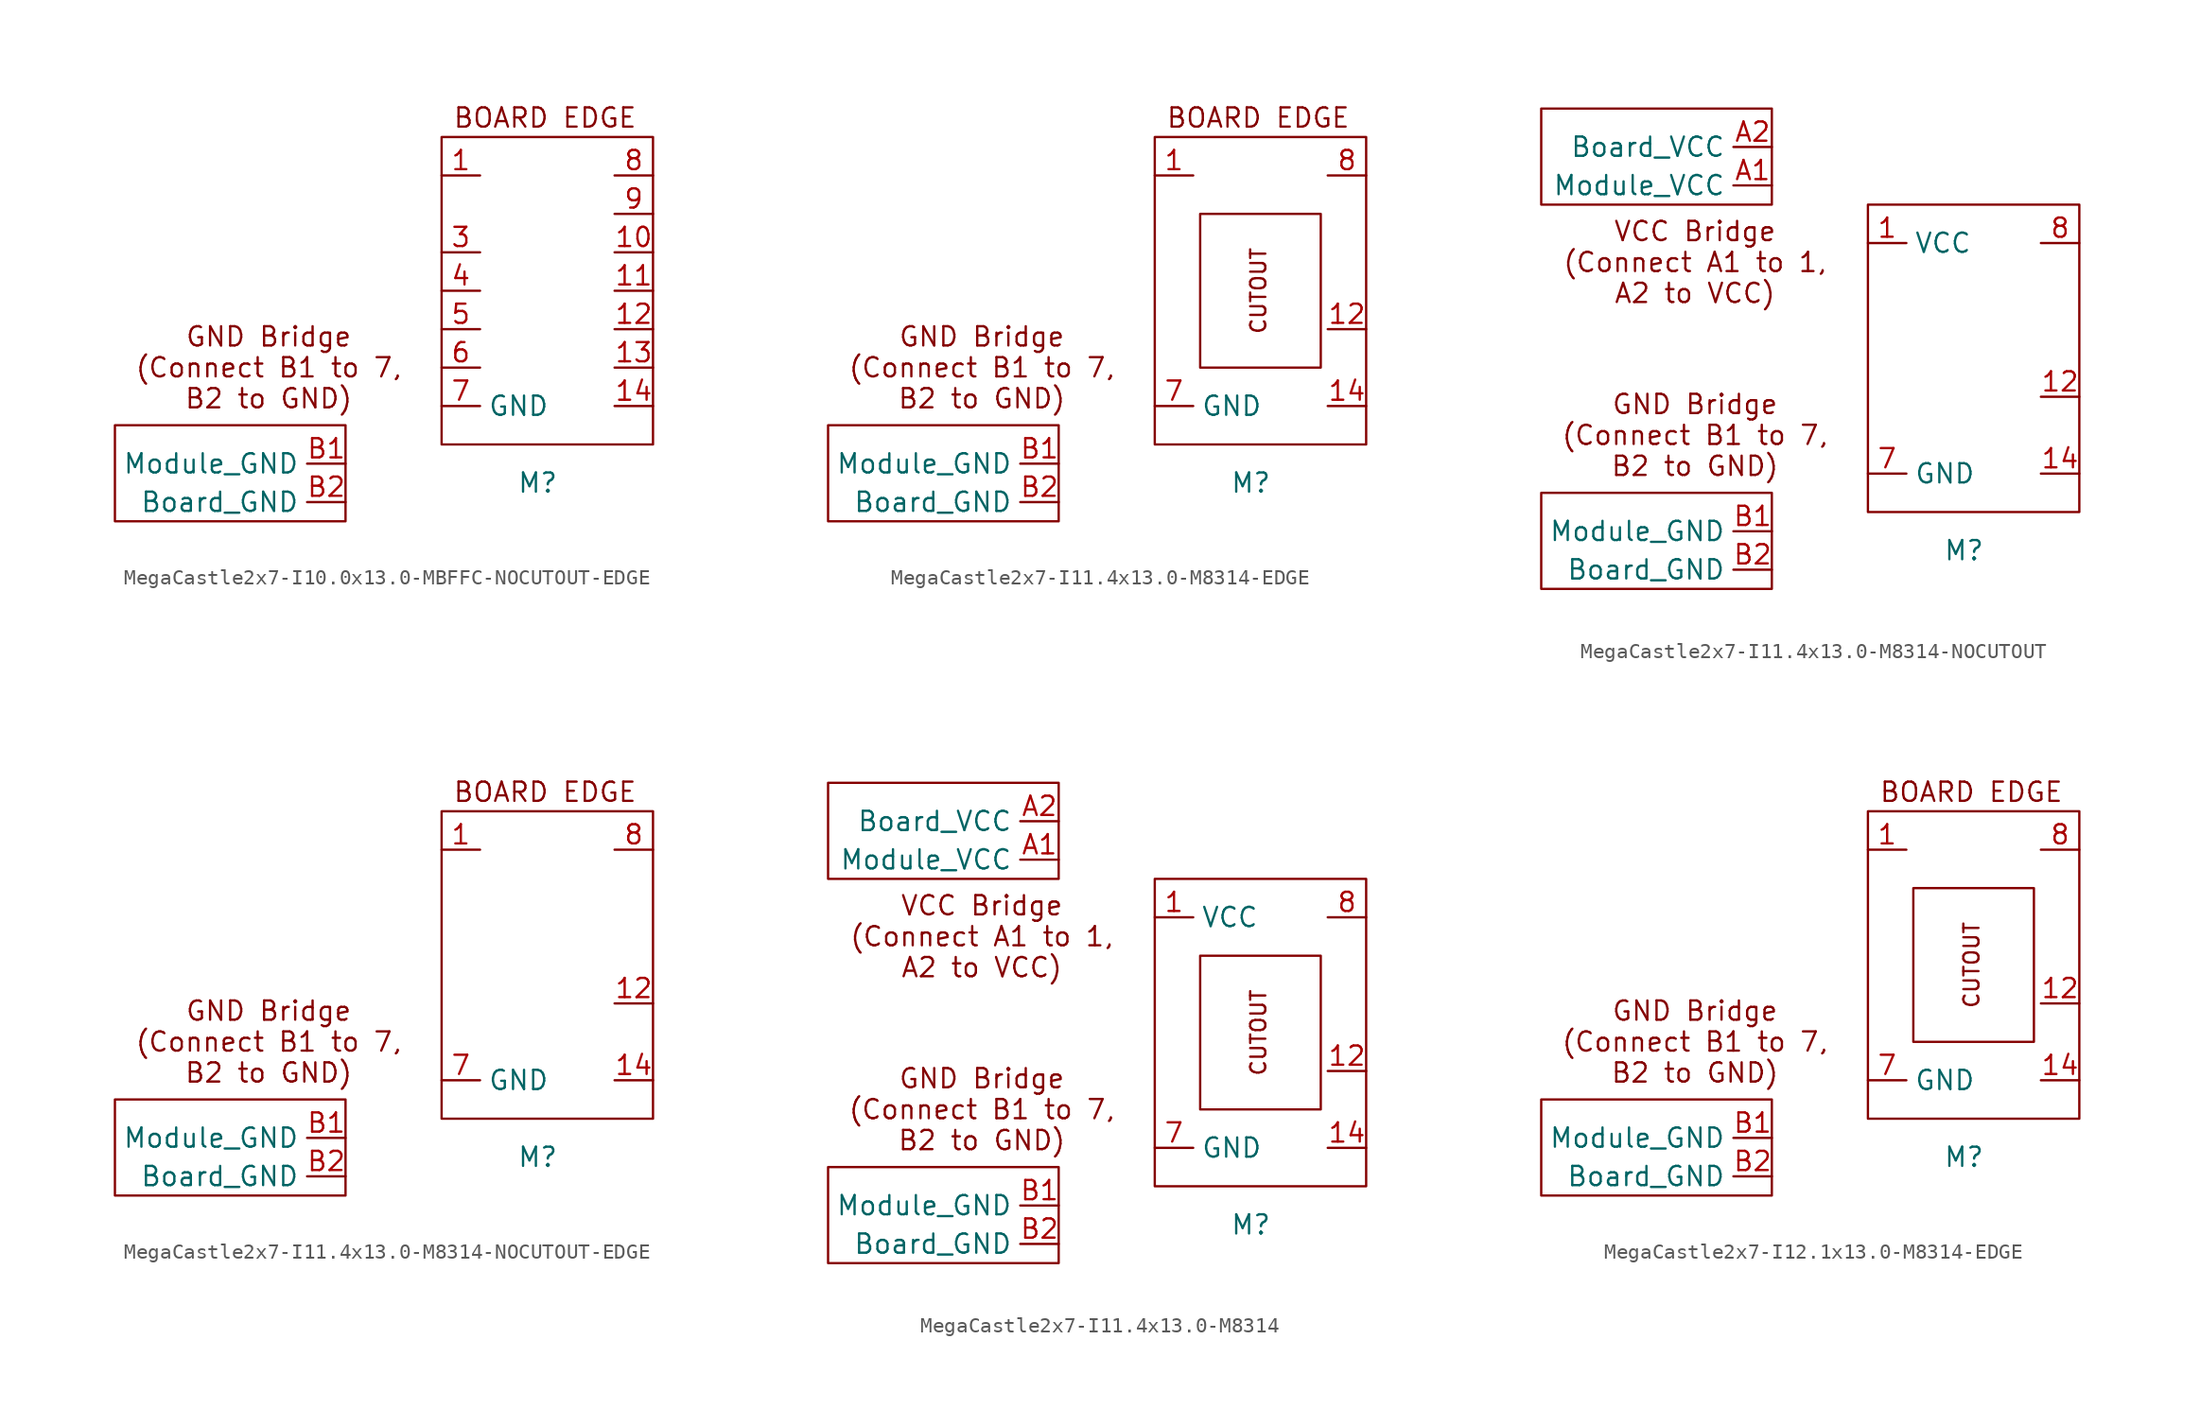
<source format=kicad_sym>
(kicad_symbol_lib
  (version 20241209)
  (generator "kicad_symbol_editor")
  (generator_version "9.0")
  (symbol "MegaCastle2x7-I10.0x13.0-MBFFC-NOCUTOUT-EDGE"
    (property "Reference" "M"
      (at 0 -12.7 0)
      (effects (font (size 1.27 1.27))))
    (property "Value" ""
      (at 0 5.08 0)
      (effects (font (size 1.27 1.27))))
    (symbol "MegaCastle2x7-I10.0x13.0-MBFFC-NOCUTOUT-EDGE_0_1"
      (rectangle (start -27.94 -8.89) (end -12.7 -15.24) (stroke (width 0) (type default)) (fill (type none)))
      (rectangle (start -6.35 10.16) (end 7.62 -10.16) (stroke (width 0) (type default)) (fill (type none))))
    (symbol "MegaCastle2x7-I10.0x13.0-MBFFC-NOCUTOUT-EDGE_1_1"
      (text "GND Bridge\n(Connect B1 to 7,\nB2 to GND)" (at -17.78 -5.08 0) (effects (font (size 1.27 1.27))))
      (text " BOARD EDGE" (at 0 11.43 0) (effects (font (size 1.27 1.27))))
      (pin bidirectional line (at -12.7 -11.43 180) (length 2.54) (name "Module_GND" (effects (font (size 1.27 1.27)))) (number "B1" (effects (font (size 1.27 1.27)))))
      (pin bidirectional line (at -12.7 -13.97 180) (length 2.54) (name "Board_GND" (effects (font (size 1.27 1.27)))) (number "B2" (effects (font (size 1.27 1.27)))))
      (pin bidirectional line (at -6.35 7.62 0) (length 2.54) (name "" (effects (font (size 1.27 1.27)))) (number "1" (effects (font (size 1.27 1.27)))))
      (pin bidirectional line (at -6.35 2.54 0) (length 2.54) (name "" (effects (font (size 1.27 1.27)))) (number "3" (effects (font (size 1.27 1.27)))))
      (pin bidirectional line (at -6.35 0 0) (length 2.54) (name "" (effects (font (size 1.27 1.27)))) (number "4" (effects (font (size 1.27 1.27)))))
      (pin bidirectional line (at -6.35 -2.54 0) (length 2.54) (name "" (effects (font (size 1.27 1.27)))) (number "5" (effects (font (size 1.27 1.27)))))
      (pin bidirectional line (at -6.35 -5.08 0) (length 2.54) (name "" (effects (font (size 1.27 1.27)))) (number "6" (effects (font (size 1.27 1.27)))))
      (pin bidirectional line (at -6.35 -7.62 0) (length 2.54) (name "GND" (effects (font (size 1.27 1.27)))) (number "7" (effects (font (size 1.27 1.27)))))
      (pin bidirectional line (at 7.62 7.62 180) (length 2.54) (name "" (effects (font (size 1.27 1.27)))) (number "8" (effects (font (size 1.27 1.27)))))
      (pin bidirectional line (at 7.62 5.08 180) (length 2.54) (name "" (effects (font (size 1.27 1.27)))) (number "9" (effects (font (size 1.27 1.27)))))
      (pin bidirectional line (at 7.62 2.54 180) (length 2.54) (name "" (effects (font (size 1.27 1.27)))) (number "10" (effects (font (size 1.27 1.27)))))
      (pin bidirectional line (at 7.62 0 180) (length 2.54) (name "" (effects (font (size 1.27 1.27)))) (number "11" (effects (font (size 1.27 1.27)))))
      (pin bidirectional line (at 7.62 -2.54 180) (length 2.54) (name "" (effects (font (size 1.27 1.27)))) (number "12" (effects (font (size 1.27 1.27)))))
      (pin bidirectional line (at 7.62 -5.08 180) (length 2.54) (name "" (effects (font (size 1.27 1.27)))) (number "13" (effects (font (size 1.27 1.27)))))
      (pin bidirectional line (at 7.62 -7.62 180) (length 2.54) (name "" (effects (font (size 1.27 1.27)))) (number "14" (effects (font (size 1.27 1.27)))))))
  (symbol "MegaCastle2x7-I11.4x13.0-M8314-EDGE"
    (property "Reference" "M"
      (at 0 -12.7 0)
      (effects (font (size 1.27 1.27))))
    (property "Value" ""
      (at 0 5.08 0)
      (effects (font (size 1.27 1.27))))
    (symbol "MegaCastle2x7-I11.4x13.0-M8314-EDGE_0_1"
      (rectangle (start -27.94 -8.89) (end -12.7 -15.24) (stroke (width 0) (type default)) (fill (type none)))
      (rectangle (start -6.35 10.16) (end 7.62 -10.16) (stroke (width 0) (type default)) (fill (type none)))
      (rectangle (start -3.35 5.08) (end 4.62 -5.08) (stroke (width 0) (type default)) (fill (type none))))
    (symbol "MegaCastle2x7-I11.4x13.0-M8314-EDGE_1_1"
      (text "GND Bridge\n(Connect B1 to 7,\nB2 to GND)" (at -17.78 -5.08 0) (effects (font (size 1.27 1.27))))
      (text " BOARD EDGE" (at 0 11.43 0) (effects (font (size 1.27 1.27))))
      (text "CUTOUT" (at 0.5 0 900) (effects (font (size 1 1))))
      (pin bidirectional line (at -12.7 -11.43 180) (length 2.54) (name "Module_GND" (effects (font (size 1.27 1.27)))) (number "B1" (effects (font (size 1.27 1.27)))))
      (pin bidirectional line (at -12.7 -13.97 180) (length 2.54) (name "Board_GND" (effects (font (size 1.27 1.27)))) (number "B2" (effects (font (size 1.27 1.27)))))
      (pin bidirectional line (at -6.35 7.62 0) (length 2.54) (name "" (effects (font (size 1.27 1.27)))) (number "1" (effects (font (size 1.27 1.27)))))
      (pin bidirectional line (at -6.35 -7.62 0) (length 2.54) (name "GND" (effects (font (size 1.27 1.27)))) (number "7" (effects (font (size 1.27 1.27)))))
      (pin bidirectional line (at 7.62 7.62 180) (length 2.54) (name "" (effects (font (size 1.27 1.27)))) (number "8" (effects (font (size 1.27 1.27)))))
      (pin bidirectional line (at 7.62 -2.54 180) (length 2.54) (name "" (effects (font (size 1.27 1.27)))) (number "12" (effects (font (size 1.27 1.27)))))
      (pin bidirectional line (at 7.62 -7.62 180) (length 2.54) (name "" (effects (font (size 1.27 1.27)))) (number "14" (effects (font (size 1.27 1.27)))))))
  (symbol "MegaCastle2x7-I11.4x13.0-M8314-NOCUTOUT"
    (property "Reference" "M"
      (at 0 -12.7 0)
      (effects (font (size 1.27 1.27))))
    (property "Value" ""
      (at 0 5.08 0)
      (effects (font (size 1.27 1.27))))
    (symbol "MegaCastle2x7-I11.4x13.0-M8314-NOCUTOUT_0_1"
      (rectangle (start -27.94 16.51) (end -12.7 10.16) (stroke (width 0) (type default)) (fill (type none)))
      (rectangle (start -27.94 -8.89) (end -12.7 -15.24) (stroke (width 0) (type default)) (fill (type none)))
      (rectangle (start -6.35 10.16) (end 7.62 -10.16) (stroke (width 0) (type default)) (fill (type none))))
    (symbol "MegaCastle2x7-I11.4x13.0-M8314-NOCUTOUT_1_1"
      (text "VCC Bridge\n(Connect A1 to 1,\nA2 to VCC)" (at -17.78 6.35 0) (effects (font (size 1.27 1.27))))
      (text "GND Bridge\n(Connect B1 to 7,\nB2 to GND)" (at -17.78 -5.08 0) (effects (font (size 1.27 1.27))))
      (pin bidirectional line (at -12.7 13.97 180) (length 2.54) (name "Board_VCC" (effects (font (size 1.27 1.27)))) (number "A2" (effects (font (size 1.27 1.27)))))
      (pin bidirectional line (at -12.7 11.43 180) (length 2.54) (name "Module_VCC" (effects (font (size 1.27 1.27)))) (number "A1" (effects (font (size 1.27 1.27)))))
      (pin bidirectional line (at -12.7 -11.43 180) (length 2.54) (name "Module_GND" (effects (font (size 1.27 1.27)))) (number "B1" (effects (font (size 1.27 1.27)))))
      (pin bidirectional line (at -12.7 -13.97 180) (length 2.54) (name "Board_GND" (effects (font (size 1.27 1.27)))) (number "B2" (effects (font (size 1.27 1.27)))))
      (pin bidirectional line (at -6.35 7.62 0) (length 2.54) (name "VCC" (effects (font (size 1.27 1.27)))) (number "1" (effects (font (size 1.27 1.27)))))
      (pin bidirectional line (at -6.35 -7.62 0) (length 2.54) (name "GND" (effects (font (size 1.27 1.27)))) (number "7" (effects (font (size 1.27 1.27)))))
      (pin bidirectional line (at 7.62 7.62 180) (length 2.54) (name "" (effects (font (size 1.27 1.27)))) (number "8" (effects (font (size 1.27 1.27)))))
      (pin bidirectional line (at 7.62 -2.54 180) (length 2.54) (name "" (effects (font (size 1.27 1.27)))) (number "12" (effects (font (size 1.27 1.27)))))
      (pin bidirectional line (at 7.62 -7.62 180) (length 2.54) (name "" (effects (font (size 1.27 1.27)))) (number "14" (effects (font (size 1.27 1.27)))))))
  (symbol "MegaCastle2x7-I11.4x13.0-M8314-NOCUTOUT-EDGE"
    (property "Reference" "M"
      (at 0 -12.7 0)
      (effects (font (size 1.27 1.27))))
    (property "Value" ""
      (at 0 5.08 0)
      (effects (font (size 1.27 1.27))))
    (symbol "MegaCastle2x7-I11.4x13.0-M8314-NOCUTOUT-EDGE_0_1"
      (rectangle (start -27.94 -8.89) (end -12.7 -15.24) (stroke (width 0) (type default)) (fill (type none)))
      (rectangle (start -6.35 10.16) (end 7.62 -10.16) (stroke (width 0) (type default)) (fill (type none))))
    (symbol "MegaCastle2x7-I11.4x13.0-M8314-NOCUTOUT-EDGE_1_1"
      (text "GND Bridge\n(Connect B1 to 7,\nB2 to GND)" (at -17.78 -5.08 0) (effects (font (size 1.27 1.27))))
      (text " BOARD EDGE" (at 0 11.43 0) (effects (font (size 1.27 1.27))))
      (pin bidirectional line (at -12.7 -11.43 180) (length 2.54) (name "Module_GND" (effects (font (size 1.27 1.27)))) (number "B1" (effects (font (size 1.27 1.27)))))
      (pin bidirectional line (at -12.7 -13.97 180) (length 2.54) (name "Board_GND" (effects (font (size 1.27 1.27)))) (number "B2" (effects (font (size 1.27 1.27)))))
      (pin bidirectional line (at -6.35 7.62 0) (length 2.54) (name "" (effects (font (size 1.27 1.27)))) (number "1" (effects (font (size 1.27 1.27)))))
      (pin bidirectional line (at -6.35 -7.62 0) (length 2.54) (name "GND" (effects (font (size 1.27 1.27)))) (number "7" (effects (font (size 1.27 1.27)))))
      (pin bidirectional line (at 7.62 7.62 180) (length 2.54) (name "" (effects (font (size 1.27 1.27)))) (number "8" (effects (font (size 1.27 1.27)))))
      (pin bidirectional line (at 7.62 -2.54 180) (length 2.54) (name "" (effects (font (size 1.27 1.27)))) (number "12" (effects (font (size 1.27 1.27)))))
      (pin bidirectional line (at 7.62 -7.62 180) (length 2.54) (name "" (effects (font (size 1.27 1.27)))) (number "14" (effects (font (size 1.27 1.27)))))))
  (symbol "MegaCastle2x7-I11.4x13.0-M8314"
    (property "Reference" "M"
      (at 0 -12.7 0)
      (effects (font (size 1.27 1.27))))
    (property "Value" ""
      (at 0 5.08 0)
      (effects (font (size 1.27 1.27))))
    (symbol "MegaCastle2x7-I11.4x13.0-M8314_0_1"
      (rectangle (start -27.94 16.51) (end -12.7 10.16) (stroke (width 0) (type default)) (fill (type none)))
      (rectangle (start -27.94 -8.89) (end -12.7 -15.24) (stroke (width 0) (type default)) (fill (type none)))
      (rectangle (start -6.35 10.16) (end 7.62 -10.16) (stroke (width 0) (type default)) (fill (type none)))
      (rectangle (start -3.35 5.08) (end 4.62 -5.08) (stroke (width 0) (type default)) (fill (type none))))
    (symbol "MegaCastle2x7-I11.4x13.0-M8314_1_1"
      (text "VCC Bridge\n(Connect A1 to 1,\nA2 to VCC)" (at -17.78 6.35 0) (effects (font (size 1.27 1.27))))
      (text "GND Bridge\n(Connect B1 to 7,\nB2 to GND)" (at -17.78 -5.08 0) (effects (font (size 1.27 1.27))))
      (text "CUTOUT" (at 0.5 0 900) (effects (font (size 1 1))))
      (pin bidirectional line (at -12.7 13.97 180) (length 2.54) (name "Board_VCC" (effects (font (size 1.27 1.27)))) (number "A2" (effects (font (size 1.27 1.27)))))
      (pin bidirectional line (at -12.7 11.43 180) (length 2.54) (name "Module_VCC" (effects (font (size 1.27 1.27)))) (number "A1" (effects (font (size 1.27 1.27)))))
      (pin bidirectional line (at -12.7 -11.43 180) (length 2.54) (name "Module_GND" (effects (font (size 1.27 1.27)))) (number "B1" (effects (font (size 1.27 1.27)))))
      (pin bidirectional line (at -12.7 -13.97 180) (length 2.54) (name "Board_GND" (effects (font (size 1.27 1.27)))) (number "B2" (effects (font (size 1.27 1.27)))))
      (pin bidirectional line (at -6.35 7.62 0) (length 2.54) (name "VCC" (effects (font (size 1.27 1.27)))) (number "1" (effects (font (size 1.27 1.27)))))
      (pin bidirectional line (at -6.35 -7.62 0) (length 2.54) (name "GND" (effects (font (size 1.27 1.27)))) (number "7" (effects (font (size 1.27 1.27)))))
      (pin bidirectional line (at 7.62 7.62 180) (length 2.54) (name "" (effects (font (size 1.27 1.27)))) (number "8" (effects (font (size 1.27 1.27)))))
      (pin bidirectional line (at 7.62 -2.54 180) (length 2.54) (name "" (effects (font (size 1.27 1.27)))) (number "12" (effects (font (size 1.27 1.27)))))
      (pin bidirectional line (at 7.62 -7.62 180) (length 2.54) (name "" (effects (font (size 1.27 1.27)))) (number "14" (effects (font (size 1.27 1.27)))))))
  (symbol "MegaCastle2x7-I12.1x13.0-M8314-EDGE"
    (property "Reference" "M"
      (at 0 -12.7 0)
      (effects (font (size 1.27 1.27))))
    (property "Value" ""
      (at 0 5.08 0)
      (effects (font (size 1.27 1.27))))
    (symbol "MegaCastle2x7-I12.1x13.0-M8314-EDGE_0_1"
      (rectangle (start -27.94 -8.89) (end -12.7 -15.24) (stroke (width 0) (type default)) (fill (type none)))
      (rectangle (start -6.35 10.16) (end 7.62 -10.16) (stroke (width 0) (type default)) (fill (type none)))
      (rectangle (start -3.35 5.08) (end 4.62 -5.08) (stroke (width 0) (type default)) (fill (type none))))
    (symbol "MegaCastle2x7-I12.1x13.0-M8314-EDGE_1_1"
      (text "GND Bridge\n(Connect B1 to 7,\nB2 to GND)" (at -17.78 -5.08 0) (effects (font (size 1.27 1.27))))
      (text " BOARD EDGE" (at 0 11.43 0) (effects (font (size 1.27 1.27))))
      (text "CUTOUT" (at 0.5 0 900) (effects (font (size 1 1))))
      (pin bidirectional line (at -12.7 -11.43 180) (length 2.54) (name "Module_GND" (effects (font (size 1.27 1.27)))) (number "B1" (effects (font (size 1.27 1.27)))))
      (pin bidirectional line (at -12.7 -13.97 180) (length 2.54) (name "Board_GND" (effects (font (size 1.27 1.27)))) (number "B2" (effects (font (size 1.27 1.27)))))
      (pin bidirectional line (at -6.35 7.62 0) (length 2.54) (name "" (effects (font (size 1.27 1.27)))) (number "1" (effects (font (size 1.27 1.27)))))
      (pin bidirectional line (at -6.35 -7.62 0) (length 2.54) (name "GND" (effects (font (size 1.27 1.27)))) (number "7" (effects (font (size 1.27 1.27)))))
      (pin bidirectional line (at 7.62 7.62 180) (length 2.54) (name "" (effects (font (size 1.27 1.27)))) (number "8" (effects (font (size 1.27 1.27)))))
      (pin bidirectional line (at 7.62 -2.54 180) (length 2.54) (name "" (effects (font (size 1.27 1.27)))) (number "12" (effects (font (size 1.27 1.27)))))
      (pin bidirectional line (at 7.62 -7.62 180) (length 2.54) (name "" (effects (font (size 1.27 1.27)))) (number "14" (effects (font (size 1.27 1.27))))))))
</source>
